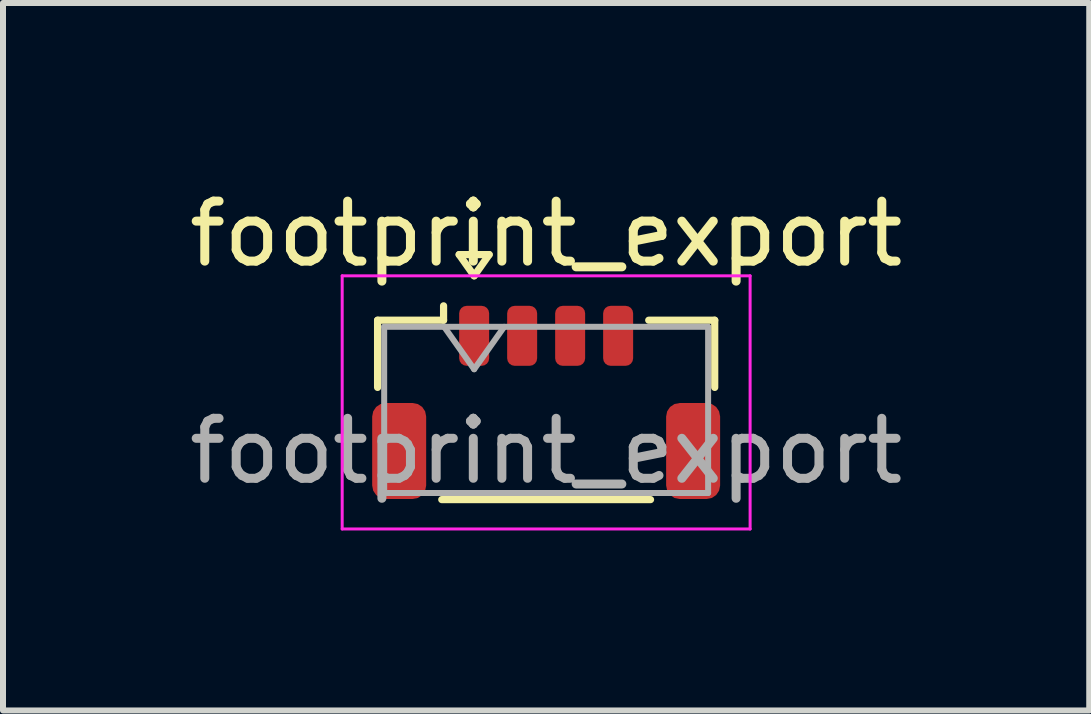
<source format=kicad_pcb>
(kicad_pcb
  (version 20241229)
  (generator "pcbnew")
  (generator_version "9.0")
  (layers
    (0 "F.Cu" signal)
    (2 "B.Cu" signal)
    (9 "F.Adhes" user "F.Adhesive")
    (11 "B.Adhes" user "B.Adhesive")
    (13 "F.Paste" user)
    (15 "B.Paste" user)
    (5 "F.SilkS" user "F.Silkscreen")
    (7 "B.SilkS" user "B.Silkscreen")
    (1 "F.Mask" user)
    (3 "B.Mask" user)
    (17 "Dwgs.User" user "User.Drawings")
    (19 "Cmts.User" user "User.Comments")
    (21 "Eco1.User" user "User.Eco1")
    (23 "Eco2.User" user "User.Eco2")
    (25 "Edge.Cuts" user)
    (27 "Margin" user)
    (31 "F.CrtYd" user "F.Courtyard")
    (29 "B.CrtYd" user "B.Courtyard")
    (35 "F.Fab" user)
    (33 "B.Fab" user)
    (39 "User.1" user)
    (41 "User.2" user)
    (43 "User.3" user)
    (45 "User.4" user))
  (footprint "footprint_export"
    (layer "F.Cu")
    (at 6.054 3.658)
    (property "Reference" "footprint_export" (at 0 -2.81 0) (layer "F.SilkS") (effects (font (size 1 1) (thickness 0.15))))
    (attr smd)
    (fp_line (start -2.81 -1.37) (end -1.71 -1.37) (stroke (width 0.12) (type solid)) (layer "F.SilkS"))
    (fp_line (start -2.81 -0.25) (end -2.81 -1.37) (stroke (width 0.12) (type solid)) (layer "F.SilkS"))
    (fp_line (start -1.74 1.62) (end 1.74 1.62) (stroke (width 0.12) (type solid)) (layer "F.SilkS"))
    (fp_line (start -1.71 -1.37) (end -1.71 -1.61) (stroke (width 0.12) (type solid)) (layer "F.SilkS"))
    (fp_line (start -1.45 -2.464) (end -1.2 -2.11) (stroke (width 0.12) (type solid)) (layer "F.SilkS"))
    (fp_line (start -1.2 -2.11) (end -0.95 -2.464) (stroke (width 0.12) (type solid)) (layer "F.SilkS"))
    (fp_line (start -0.95 -2.464) (end -1.45 -2.464) (stroke (width 0.12) (type solid)) (layer "F.SilkS"))
    (fp_line (start 2.81 -1.37) (end 1.71 -1.37) (stroke (width 0.12) (type solid)) (layer "F.SilkS"))
    (fp_line (start 2.81 -0.25) (end 2.81 -1.37) (stroke (width 0.12) (type solid)) (layer "F.SilkS"))
    (fp_line (start -3.4 -2.11) (end -3.4 2.11) (stroke (width 0.05) (type solid)) (layer "F.CrtYd"))
    (fp_line (start -3.4 2.11) (end 3.4 2.11) (stroke (width 0.05) (type solid)) (layer "F.CrtYd"))
    (fp_line (start 3.4 -2.11) (end -3.4 -2.11) (stroke (width 0.05) (type solid)) (layer "F.CrtYd"))
    (fp_line (start 3.4 2.11) (end 3.4 -2.11) (stroke (width 0.05) (type solid)) (layer "F.CrtYd"))
    (fp_line (start -2.7 -1.26) (end -2.7 1.51) (stroke (width 0.1) (type solid)) (layer "F.Fab"))
    (fp_line (start -2.7 -1.26) (end 2.7 -1.26) (stroke (width 0.1) (type solid)) (layer "F.Fab"))
    (fp_line (start -2.7 1.51) (end 2.7 1.51) (stroke (width 0.1) (type solid)) (layer "F.Fab"))
    (fp_line (start -1.7 -1.26) (end -1.2 -0.553) (stroke (width 0.1) (type solid)) (layer "F.Fab"))
    (fp_line (start -1.2 -0.553) (end -0.7 -1.26) (stroke (width 0.1) (type solid)) (layer "F.Fab"))
    (fp_line (start 2.7 -1.26) (end 2.7 1.51) (stroke (width 0.1) (type solid)) (layer "F.Fab"))
    (fp_text user "${REFERENCE}" (at 0 0.81 0) (layer "F.Fab") (effects (font (size 1 1) (thickness 0.15))))
    (pad "1" smd roundrect (at -1.2 -1.11) (size 0.5 1) (layers "F.Cu" "F.Mask" "F.Paste") (roundrect_rratio 0.25))
    (pad "2" smd roundrect (at -0.4 -1.11) (size 0.5 1) (layers "F.Cu" "F.Mask" "F.Paste") (roundrect_rratio 0.25))
    (pad "3" smd roundrect (at 0.4 -1.11) (size 0.5 1) (layers "F.Cu" "F.Mask" "F.Paste") (roundrect_rratio 0.25))
    (pad "4" smd roundrect (at 1.2 -1.11) (size 0.5 1) (layers "F.Cu" "F.Mask" "F.Paste") (roundrect_rratio 0.25))
    (pad "MP" smd roundrect (at -2.45 0.81) (size 0.9 1.6) (layers "F.Cu" "F.Mask" "F.Paste") (roundrect_rratio 0.25))
    (pad "MP" smd roundrect (at 2.45 0.81) (size 0.9 1.6) (layers "F.Cu" "F.Mask" "F.Paste") (roundrect_rratio 0.25)))
  (gr_rect
    (start -3 -3)
    (end 15.107 8.793)
    (stroke (width 0.1) (type default))
    (fill no)
    (layer "Edge.Cuts")))
</source>
